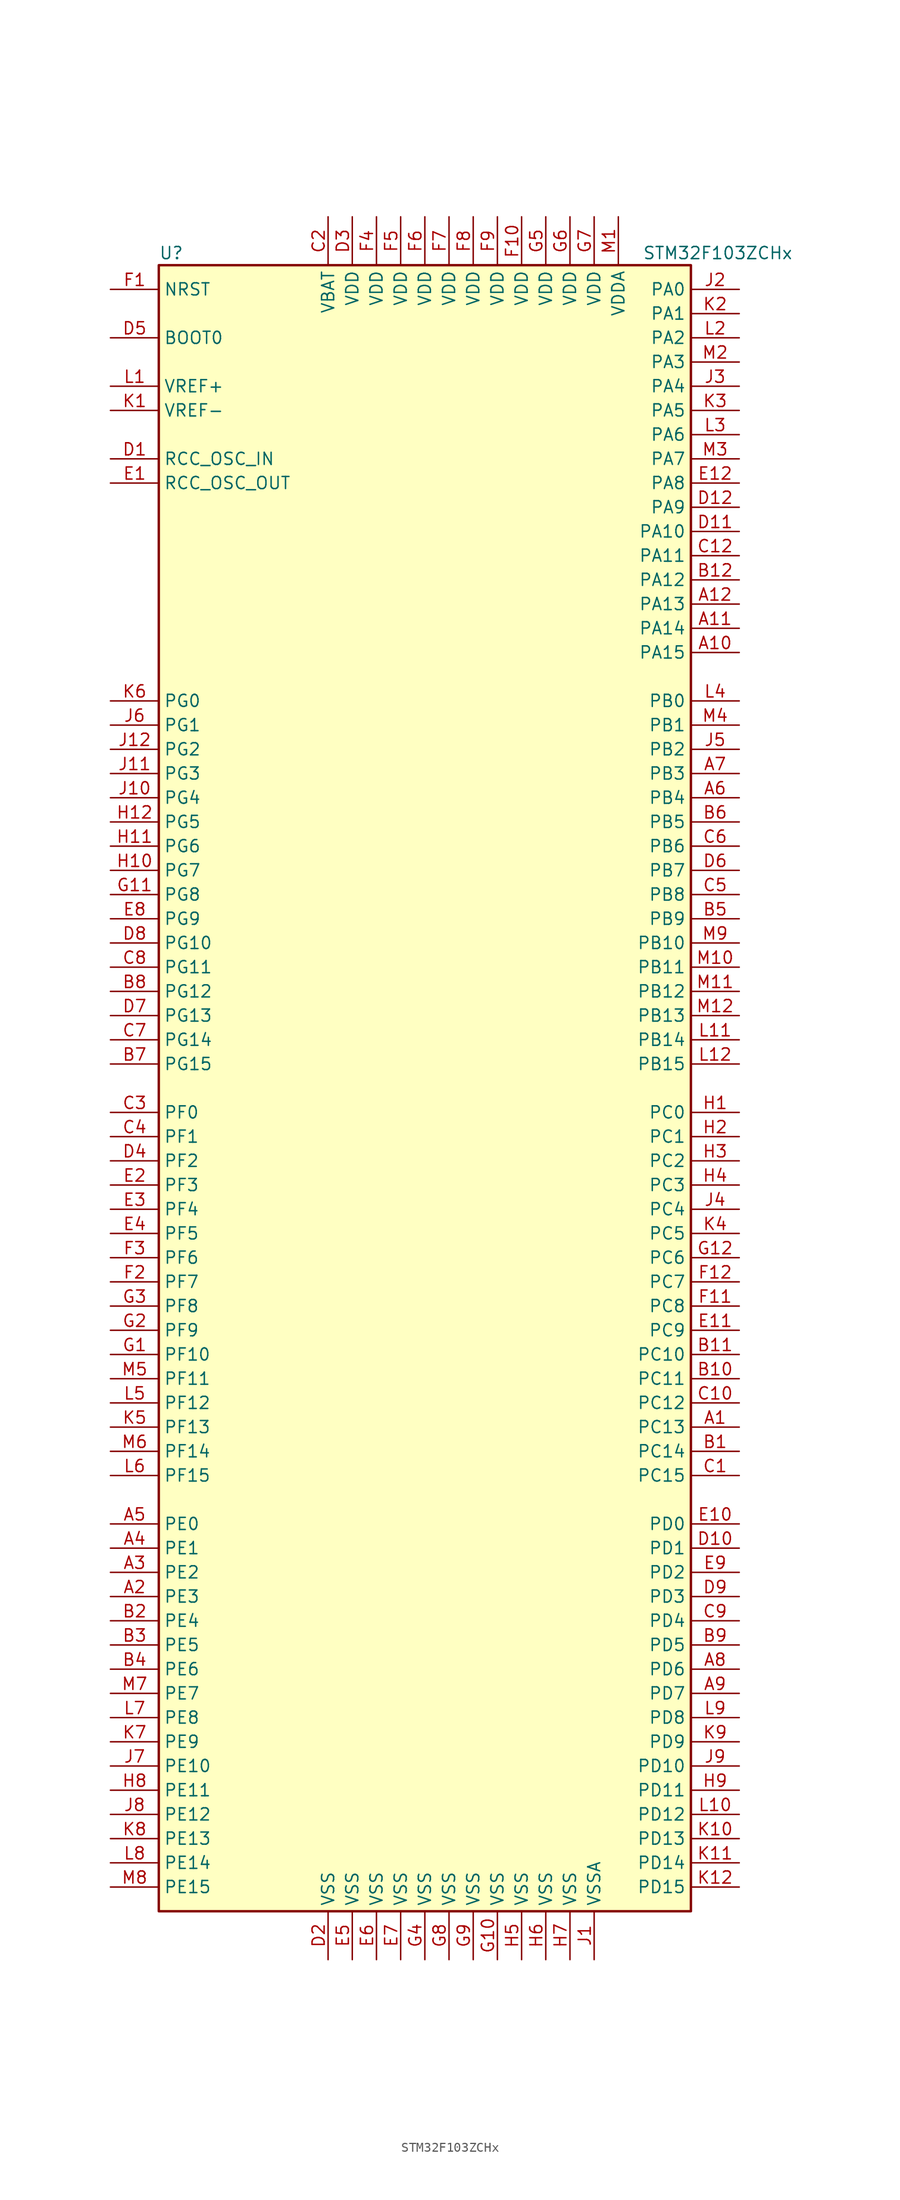
<source format=kicad_sym>
(kicad_symbol_lib
  (version 20200908)
  (generator kicad_symbol_editor)
  (symbol "MCU_ST_STM32F1:STM32F103ZCHx"
    (property "Reference" "U"
      (at -27.94 87.63 0)
      (effects (font (size 1.27 1.27)) (justify left)))
    (property "Value" "STM32F103ZCHx"
      (at 22.86 87.63 0)
      (effects (font (size 1.27 1.27)) (justify left)))
    (symbol "STM32F103ZCHx_0_1"
      (rectangle (start -27.94 -86.36) (end 27.94 86.36) (stroke (width 0.254)) (fill (type background))))
    (symbol "STM32F103ZCHx_1_1"
      (pin input line (at -33.02 78.74 0) (length 5.08) (name "BOOT0" (effects (font (size 1.27 1.27)))) (number "D5" (effects (font (size 1.27 1.27)))))
      (pin unconnected line (at -27.94 -83.82 0) (length 5.08) hide (name "NC" (effects (font (size 1.27 1.27)))) (number "C11" (effects (font (size 1.27 1.27)))))
      (pin input line (at -33.02 83.82 0) (length 5.08) (name "NRST" (effects (font (size 1.27 1.27)))) (number "F1" (effects (font (size 1.27 1.27)))))
      (pin bidirectional line (at 33.02 83.82 180) (length 5.08) (name "PA0" (effects (font (size 1.27 1.27)))) (number "J2" (effects (font (size 1.27 1.27)))))
      (pin bidirectional line (at 33.02 81.28 180) (length 5.08) (name "PA1" (effects (font (size 1.27 1.27)))) (number "K2" (effects (font (size 1.27 1.27)))))
      (pin bidirectional line (at 33.02 58.42 180) (length 5.08) (name "PA10" (effects (font (size 1.27 1.27)))) (number "D11" (effects (font (size 1.27 1.27)))))
      (pin bidirectional line (at 33.02 55.88 180) (length 5.08) (name "PA11" (effects (font (size 1.27 1.27)))) (number "C12" (effects (font (size 1.27 1.27)))))
      (pin bidirectional line (at 33.02 53.34 180) (length 5.08) (name "PA12" (effects (font (size 1.27 1.27)))) (number "B12" (effects (font (size 1.27 1.27)))))
      (pin bidirectional line (at 33.02 50.8 180) (length 5.08) (name "PA13" (effects (font (size 1.27 1.27)))) (number "A12" (effects (font (size 1.27 1.27)))))
      (pin bidirectional line (at 33.02 48.26 180) (length 5.08) (name "PA14" (effects (font (size 1.27 1.27)))) (number "A11" (effects (font (size 1.27 1.27)))))
      (pin bidirectional line (at 33.02 45.72 180) (length 5.08) (name "PA15" (effects (font (size 1.27 1.27)))) (number "A10" (effects (font (size 1.27 1.27)))))
      (pin bidirectional line (at 33.02 78.74 180) (length 5.08) (name "PA2" (effects (font (size 1.27 1.27)))) (number "L2" (effects (font (size 1.27 1.27)))))
      (pin bidirectional line (at 33.02 76.2 180) (length 5.08) (name "PA3" (effects (font (size 1.27 1.27)))) (number "M2" (effects (font (size 1.27 1.27)))))
      (pin bidirectional line (at 33.02 73.66 180) (length 5.08) (name "PA4" (effects (font (size 1.27 1.27)))) (number "J3" (effects (font (size 1.27 1.27)))))
      (pin bidirectional line (at 33.02 71.12 180) (length 5.08) (name "PA5" (effects (font (size 1.27 1.27)))) (number "K3" (effects (font (size 1.27 1.27)))))
      (pin bidirectional line (at 33.02 68.58 180) (length 5.08) (name "PA6" (effects (font (size 1.27 1.27)))) (number "L3" (effects (font (size 1.27 1.27)))))
      (pin bidirectional line (at 33.02 66.04 180) (length 5.08) (name "PA7" (effects (font (size 1.27 1.27)))) (number "M3" (effects (font (size 1.27 1.27)))))
      (pin bidirectional line (at 33.02 63.5 180) (length 5.08) (name "PA8" (effects (font (size 1.27 1.27)))) (number "E12" (effects (font (size 1.27 1.27)))))
      (pin bidirectional line (at 33.02 60.96 180) (length 5.08) (name "PA9" (effects (font (size 1.27 1.27)))) (number "D12" (effects (font (size 1.27 1.27)))))
      (pin bidirectional line (at 33.02 40.64 180) (length 5.08) (name "PB0" (effects (font (size 1.27 1.27)))) (number "L4" (effects (font (size 1.27 1.27)))))
      (pin bidirectional line (at 33.02 38.1 180) (length 5.08) (name "PB1" (effects (font (size 1.27 1.27)))) (number "M4" (effects (font (size 1.27 1.27)))))
      (pin bidirectional line (at 33.02 15.24 180) (length 5.08) (name "PB10" (effects (font (size 1.27 1.27)))) (number "M9" (effects (font (size 1.27 1.27)))))
      (pin bidirectional line (at 33.02 12.7 180) (length 5.08) (name "PB11" (effects (font (size 1.27 1.27)))) (number "M10" (effects (font (size 1.27 1.27)))))
      (pin bidirectional line (at 33.02 10.16 180) (length 5.08) (name "PB12" (effects (font (size 1.27 1.27)))) (number "M11" (effects (font (size 1.27 1.27)))))
      (pin bidirectional line (at 33.02 7.62 180) (length 5.08) (name "PB13" (effects (font (size 1.27 1.27)))) (number "M12" (effects (font (size 1.27 1.27)))))
      (pin bidirectional line (at 33.02 5.08 180) (length 5.08) (name "PB14" (effects (font (size 1.27 1.27)))) (number "L11" (effects (font (size 1.27 1.27)))))
      (pin bidirectional line (at 33.02 2.54 180) (length 5.08) (name "PB15" (effects (font (size 1.27 1.27)))) (number "L12" (effects (font (size 1.27 1.27)))))
      (pin bidirectional line (at 33.02 35.56 180) (length 5.08) (name "PB2" (effects (font (size 1.27 1.27)))) (number "J5" (effects (font (size 1.27 1.27)))))
      (pin bidirectional line (at 33.02 33.02 180) (length 5.08) (name "PB3" (effects (font (size 1.27 1.27)))) (number "A7" (effects (font (size 1.27 1.27)))))
      (pin bidirectional line (at 33.02 30.48 180) (length 5.08) (name "PB4" (effects (font (size 1.27 1.27)))) (number "A6" (effects (font (size 1.27 1.27)))))
      (pin bidirectional line (at 33.02 27.94 180) (length 5.08) (name "PB5" (effects (font (size 1.27 1.27)))) (number "B6" (effects (font (size 1.27 1.27)))))
      (pin bidirectional line (at 33.02 25.4 180) (length 5.08) (name "PB6" (effects (font (size 1.27 1.27)))) (number "C6" (effects (font (size 1.27 1.27)))))
      (pin bidirectional line (at 33.02 22.86 180) (length 5.08) (name "PB7" (effects (font (size 1.27 1.27)))) (number "D6" (effects (font (size 1.27 1.27)))))
      (pin bidirectional line (at 33.02 20.32 180) (length 5.08) (name "PB8" (effects (font (size 1.27 1.27)))) (number "C5" (effects (font (size 1.27 1.27)))))
      (pin bidirectional line (at 33.02 17.78 180) (length 5.08) (name "PB9" (effects (font (size 1.27 1.27)))) (number "B5" (effects (font (size 1.27 1.27)))))
      (pin bidirectional line (at 33.02 -2.54 180) (length 5.08) (name "PC0" (effects (font (size 1.27 1.27)))) (number "H1" (effects (font (size 1.27 1.27)))))
      (pin bidirectional line (at 33.02 -5.08 180) (length 5.08) (name "PC1" (effects (font (size 1.27 1.27)))) (number "H2" (effects (font (size 1.27 1.27)))))
      (pin bidirectional line (at 33.02 -27.94 180) (length 5.08) (name "PC10" (effects (font (size 1.27 1.27)))) (number "B11" (effects (font (size 1.27 1.27)))))
      (pin bidirectional line (at 33.02 -30.48 180) (length 5.08) (name "PC11" (effects (font (size 1.27 1.27)))) (number "B10" (effects (font (size 1.27 1.27)))))
      (pin bidirectional line (at 33.02 -33.02 180) (length 5.08) (name "PC12" (effects (font (size 1.27 1.27)))) (number "C10" (effects (font (size 1.27 1.27)))))
      (pin bidirectional line (at 33.02 -35.56 180) (length 5.08) (name "PC13" (effects (font (size 1.27 1.27)))) (number "A1" (effects (font (size 1.27 1.27)))))
      (pin bidirectional line (at 33.02 -38.1 180) (length 5.08) (name "PC14" (effects (font (size 1.27 1.27)))) (number "B1" (effects (font (size 1.27 1.27)))))
      (pin bidirectional line (at 33.02 -40.64 180) (length 5.08) (name "PC15" (effects (font (size 1.27 1.27)))) (number "C1" (effects (font (size 1.27 1.27)))))
      (pin bidirectional line (at 33.02 -7.62 180) (length 5.08) (name "PC2" (effects (font (size 1.27 1.27)))) (number "H3" (effects (font (size 1.27 1.27)))))
      (pin bidirectional line (at 33.02 -10.16 180) (length 5.08) (name "PC3" (effects (font (size 1.27 1.27)))) (number "H4" (effects (font (size 1.27 1.27)))))
      (pin bidirectional line (at 33.02 -12.7 180) (length 5.08) (name "PC4" (effects (font (size 1.27 1.27)))) (number "J4" (effects (font (size 1.27 1.27)))))
      (pin bidirectional line (at 33.02 -15.24 180) (length 5.08) (name "PC5" (effects (font (size 1.27 1.27)))) (number "K4" (effects (font (size 1.27 1.27)))))
      (pin bidirectional line (at 33.02 -17.78 180) (length 5.08) (name "PC6" (effects (font (size 1.27 1.27)))) (number "G12" (effects (font (size 1.27 1.27)))))
      (pin bidirectional line (at 33.02 -20.32 180) (length 5.08) (name "PC7" (effects (font (size 1.27 1.27)))) (number "F12" (effects (font (size 1.27 1.27)))))
      (pin bidirectional line (at 33.02 -22.86 180) (length 5.08) (name "PC8" (effects (font (size 1.27 1.27)))) (number "F11" (effects (font (size 1.27 1.27)))))
      (pin bidirectional line (at 33.02 -25.4 180) (length 5.08) (name "PC9" (effects (font (size 1.27 1.27)))) (number "E11" (effects (font (size 1.27 1.27)))))
      (pin bidirectional line (at 33.02 -45.72 180) (length 5.08) (name "PD0" (effects (font (size 1.27 1.27)))) (number "E10" (effects (font (size 1.27 1.27)))))
      (pin bidirectional line (at 33.02 -48.26 180) (length 5.08) (name "PD1" (effects (font (size 1.27 1.27)))) (number "D10" (effects (font (size 1.27 1.27)))))
      (pin bidirectional line (at 33.02 -71.12 180) (length 5.08) (name "PD10" (effects (font (size 1.27 1.27)))) (number "J9" (effects (font (size 1.27 1.27)))))
      (pin bidirectional line (at 33.02 -73.66 180) (length 5.08) (name "PD11" (effects (font (size 1.27 1.27)))) (number "H9" (effects (font (size 1.27 1.27)))))
      (pin bidirectional line (at 33.02 -76.2 180) (length 5.08) (name "PD12" (effects (font (size 1.27 1.27)))) (number "L10" (effects (font (size 1.27 1.27)))))
      (pin bidirectional line (at 33.02 -78.74 180) (length 5.08) (name "PD13" (effects (font (size 1.27 1.27)))) (number "K10" (effects (font (size 1.27 1.27)))))
      (pin bidirectional line (at 33.02 -81.28 180) (length 5.08) (name "PD14" (effects (font (size 1.27 1.27)))) (number "K11" (effects (font (size 1.27 1.27)))))
      (pin bidirectional line (at 33.02 -83.82 180) (length 5.08) (name "PD15" (effects (font (size 1.27 1.27)))) (number "K12" (effects (font (size 1.27 1.27)))))
      (pin bidirectional line (at 33.02 -50.8 180) (length 5.08) (name "PD2" (effects (font (size 1.27 1.27)))) (number "E9" (effects (font (size 1.27 1.27)))))
      (pin bidirectional line (at 33.02 -53.34 180) (length 5.08) (name "PD3" (effects (font (size 1.27 1.27)))) (number "D9" (effects (font (size 1.27 1.27)))))
      (pin bidirectional line (at 33.02 -55.88 180) (length 5.08) (name "PD4" (effects (font (size 1.27 1.27)))) (number "C9" (effects (font (size 1.27 1.27)))))
      (pin bidirectional line (at 33.02 -58.42 180) (length 5.08) (name "PD5" (effects (font (size 1.27 1.27)))) (number "B9" (effects (font (size 1.27 1.27)))))
      (pin bidirectional line (at 33.02 -60.96 180) (length 5.08) (name "PD6" (effects (font (size 1.27 1.27)))) (number "A8" (effects (font (size 1.27 1.27)))))
      (pin bidirectional line (at 33.02 -63.5 180) (length 5.08) (name "PD7" (effects (font (size 1.27 1.27)))) (number "A9" (effects (font (size 1.27 1.27)))))
      (pin bidirectional line (at 33.02 -66.04 180) (length 5.08) (name "PD8" (effects (font (size 1.27 1.27)))) (number "L9" (effects (font (size 1.27 1.27)))))
      (pin bidirectional line (at 33.02 -68.58 180) (length 5.08) (name "PD9" (effects (font (size 1.27 1.27)))) (number "K9" (effects (font (size 1.27 1.27)))))
      (pin bidirectional line (at -33.02 -45.72 0) (length 5.08) (name "PE0" (effects (font (size 1.27 1.27)))) (number "A5" (effects (font (size 1.27 1.27)))))
      (pin bidirectional line (at -33.02 -48.26 0) (length 5.08) (name "PE1" (effects (font (size 1.27 1.27)))) (number "A4" (effects (font (size 1.27 1.27)))))
      (pin bidirectional line (at -33.02 -71.12 0) (length 5.08) (name "PE10" (effects (font (size 1.27 1.27)))) (number "J7" (effects (font (size 1.27 1.27)))))
      (pin bidirectional line (at -33.02 -73.66 0) (length 5.08) (name "PE11" (effects (font (size 1.27 1.27)))) (number "H8" (effects (font (size 1.27 1.27)))))
      (pin bidirectional line (at -33.02 -76.2 0) (length 5.08) (name "PE12" (effects (font (size 1.27 1.27)))) (number "J8" (effects (font (size 1.27 1.27)))))
      (pin bidirectional line (at -33.02 -78.74 0) (length 5.08) (name "PE13" (effects (font (size 1.27 1.27)))) (number "K8" (effects (font (size 1.27 1.27)))))
      (pin bidirectional line (at -33.02 -81.28 0) (length 5.08) (name "PE14" (effects (font (size 1.27 1.27)))) (number "L8" (effects (font (size 1.27 1.27)))))
      (pin bidirectional line (at -33.02 -83.82 0) (length 5.08) (name "PE15" (effects (font (size 1.27 1.27)))) (number "M8" (effects (font (size 1.27 1.27)))))
      (pin bidirectional line (at -33.02 -50.8 0) (length 5.08) (name "PE2" (effects (font (size 1.27 1.27)))) (number "A3" (effects (font (size 1.27 1.27)))))
      (pin bidirectional line (at -33.02 -53.34 0) (length 5.08) (name "PE3" (effects (font (size 1.27 1.27)))) (number "A2" (effects (font (size 1.27 1.27)))))
      (pin bidirectional line (at -33.02 -55.88 0) (length 5.08) (name "PE4" (effects (font (size 1.27 1.27)))) (number "B2" (effects (font (size 1.27 1.27)))))
      (pin bidirectional line (at -33.02 -58.42 0) (length 5.08) (name "PE5" (effects (font (size 1.27 1.27)))) (number "B3" (effects (font (size 1.27 1.27)))))
      (pin bidirectional line (at -33.02 -60.96 0) (length 5.08) (name "PE6" (effects (font (size 1.27 1.27)))) (number "B4" (effects (font (size 1.27 1.27)))))
      (pin bidirectional line (at -33.02 -63.5 0) (length 5.08) (name "PE7" (effects (font (size 1.27 1.27)))) (number "M7" (effects (font (size 1.27 1.27)))))
      (pin bidirectional line (at -33.02 -66.04 0) (length 5.08) (name "PE8" (effects (font (size 1.27 1.27)))) (number "L7" (effects (font (size 1.27 1.27)))))
      (pin bidirectional line (at -33.02 -68.58 0) (length 5.08) (name "PE9" (effects (font (size 1.27 1.27)))) (number "K7" (effects (font (size 1.27 1.27)))))
      (pin bidirectional line (at -33.02 -2.54 0) (length 5.08) (name "PF0" (effects (font (size 1.27 1.27)))) (number "C3" (effects (font (size 1.27 1.27)))))
      (pin bidirectional line (at -33.02 -5.08 0) (length 5.08) (name "PF1" (effects (font (size 1.27 1.27)))) (number "C4" (effects (font (size 1.27 1.27)))))
      (pin bidirectional line (at -33.02 -27.94 0) (length 5.08) (name "PF10" (effects (font (size 1.27 1.27)))) (number "G1" (effects (font (size 1.27 1.27)))))
      (pin bidirectional line (at -33.02 -30.48 0) (length 5.08) (name "PF11" (effects (font (size 1.27 1.27)))) (number "M5" (effects (font (size 1.27 1.27)))))
      (pin bidirectional line (at -33.02 -33.02 0) (length 5.08) (name "PF12" (effects (font (size 1.27 1.27)))) (number "L5" (effects (font (size 1.27 1.27)))))
      (pin bidirectional line (at -33.02 -35.56 0) (length 5.08) (name "PF13" (effects (font (size 1.27 1.27)))) (number "K5" (effects (font (size 1.27 1.27)))))
      (pin bidirectional line (at -33.02 -38.1 0) (length 5.08) (name "PF14" (effects (font (size 1.27 1.27)))) (number "M6" (effects (font (size 1.27 1.27)))))
      (pin bidirectional line (at -33.02 -40.64 0) (length 5.08) (name "PF15" (effects (font (size 1.27 1.27)))) (number "L6" (effects (font (size 1.27 1.27)))))
      (pin bidirectional line (at -33.02 -7.62 0) (length 5.08) (name "PF2" (effects (font (size 1.27 1.27)))) (number "D4" (effects (font (size 1.27 1.27)))))
      (pin bidirectional line (at -33.02 -10.16 0) (length 5.08) (name "PF3" (effects (font (size 1.27 1.27)))) (number "E2" (effects (font (size 1.27 1.27)))))
      (pin bidirectional line (at -33.02 -12.7 0) (length 5.08) (name "PF4" (effects (font (size 1.27 1.27)))) (number "E3" (effects (font (size 1.27 1.27)))))
      (pin bidirectional line (at -33.02 -15.24 0) (length 5.08) (name "PF5" (effects (font (size 1.27 1.27)))) (number "E4" (effects (font (size 1.27 1.27)))))
      (pin bidirectional line (at -33.02 -17.78 0) (length 5.08) (name "PF6" (effects (font (size 1.27 1.27)))) (number "F3" (effects (font (size 1.27 1.27)))))
      (pin bidirectional line (at -33.02 -20.32 0) (length 5.08) (name "PF7" (effects (font (size 1.27 1.27)))) (number "F2" (effects (font (size 1.27 1.27)))))
      (pin bidirectional line (at -33.02 -22.86 0) (length 5.08) (name "PF8" (effects (font (size 1.27 1.27)))) (number "G3" (effects (font (size 1.27 1.27)))))
      (pin bidirectional line (at -33.02 -25.4 0) (length 5.08) (name "PF9" (effects (font (size 1.27 1.27)))) (number "G2" (effects (font (size 1.27 1.27)))))
      (pin bidirectional line (at -33.02 40.64 0) (length 5.08) (name "PG0" (effects (font (size 1.27 1.27)))) (number "K6" (effects (font (size 1.27 1.27)))))
      (pin bidirectional line (at -33.02 38.1 0) (length 5.08) (name "PG1" (effects (font (size 1.27 1.27)))) (number "J6" (effects (font (size 1.27 1.27)))))
      (pin bidirectional line (at -33.02 15.24 0) (length 5.08) (name "PG10" (effects (font (size 1.27 1.27)))) (number "D8" (effects (font (size 1.27 1.27)))))
      (pin bidirectional line (at -33.02 12.7 0) (length 5.08) (name "PG11" (effects (font (size 1.27 1.27)))) (number "C8" (effects (font (size 1.27 1.27)))))
      (pin bidirectional line (at -33.02 10.16 0) (length 5.08) (name "PG12" (effects (font (size 1.27 1.27)))) (number "B8" (effects (font (size 1.27 1.27)))))
      (pin bidirectional line (at -33.02 7.62 0) (length 5.08) (name "PG13" (effects (font (size 1.27 1.27)))) (number "D7" (effects (font (size 1.27 1.27)))))
      (pin bidirectional line (at -33.02 5.08 0) (length 5.08) (name "PG14" (effects (font (size 1.27 1.27)))) (number "C7" (effects (font (size 1.27 1.27)))))
      (pin bidirectional line (at -33.02 2.54 0) (length 5.08) (name "PG15" (effects (font (size 1.27 1.27)))) (number "B7" (effects (font (size 1.27 1.27)))))
      (pin bidirectional line (at -33.02 35.56 0) (length 5.08) (name "PG2" (effects (font (size 1.27 1.27)))) (number "J12" (effects (font (size 1.27 1.27)))))
      (pin bidirectional line (at -33.02 33.02 0) (length 5.08) (name "PG3" (effects (font (size 1.27 1.27)))) (number "J11" (effects (font (size 1.27 1.27)))))
      (pin bidirectional line (at -33.02 30.48 0) (length 5.08) (name "PG4" (effects (font (size 1.27 1.27)))) (number "J10" (effects (font (size 1.27 1.27)))))
      (pin bidirectional line (at -33.02 27.94 0) (length 5.08) (name "PG5" (effects (font (size 1.27 1.27)))) (number "H12" (effects (font (size 1.27 1.27)))))
      (pin bidirectional line (at -33.02 25.4 0) (length 5.08) (name "PG6" (effects (font (size 1.27 1.27)))) (number "H11" (effects (font (size 1.27 1.27)))))
      (pin bidirectional line (at -33.02 22.86 0) (length 5.08) (name "PG7" (effects (font (size 1.27 1.27)))) (number "H10" (effects (font (size 1.27 1.27)))))
      (pin bidirectional line (at -33.02 20.32 0) (length 5.08) (name "PG8" (effects (font (size 1.27 1.27)))) (number "G11" (effects (font (size 1.27 1.27)))))
      (pin bidirectional line (at -33.02 17.78 0) (length 5.08) (name "PG9" (effects (font (size 1.27 1.27)))) (number "E8" (effects (font (size 1.27 1.27)))))
      (pin input line (at -33.02 66.04 0) (length 5.08) (name "RCC_OSC_IN" (effects (font (size 1.27 1.27)))) (number "D1" (effects (font (size 1.27 1.27)))))
      (pin input line (at -33.02 63.5 0) (length 5.08) (name "RCC_OSC_OUT" (effects (font (size 1.27 1.27)))) (number "E1" (effects (font (size 1.27 1.27)))))
      (pin power_in line (at -10.16 91.44 270) (length 5.08) (name "VBAT" (effects (font (size 1.27 1.27)))) (number "C2" (effects (font (size 1.27 1.27)))))
      (pin power_in line (at -7.62 91.44 270) (length 5.08) (name "VDD" (effects (font (size 1.27 1.27)))) (number "D3" (effects (font (size 1.27 1.27)))))
      (pin power_in line (at 10.16 91.44 270) (length 5.08) (name "VDD" (effects (font (size 1.27 1.27)))) (number "F10" (effects (font (size 1.27 1.27)))))
      (pin power_in line (at -5.08 91.44 270) (length 5.08) (name "VDD" (effects (font (size 1.27 1.27)))) (number "F4" (effects (font (size 1.27 1.27)))))
      (pin power_in line (at -2.54 91.44 270) (length 5.08) (name "VDD" (effects (font (size 1.27 1.27)))) (number "F5" (effects (font (size 1.27 1.27)))))
      (pin power_in line (at 0 91.44 270) (length 5.08) (name "VDD" (effects (font (size 1.27 1.27)))) (number "F6" (effects (font (size 1.27 1.27)))))
      (pin power_in line (at 2.54 91.44 270) (length 5.08) (name "VDD" (effects (font (size 1.27 1.27)))) (number "F7" (effects (font (size 1.27 1.27)))))
      (pin power_in line (at 5.08 91.44 270) (length 5.08) (name "VDD" (effects (font (size 1.27 1.27)))) (number "F8" (effects (font (size 1.27 1.27)))))
      (pin power_in line (at 7.62 91.44 270) (length 5.08) (name "VDD" (effects (font (size 1.27 1.27)))) (number "F9" (effects (font (size 1.27 1.27)))))
      (pin power_in line (at 12.7 91.44 270) (length 5.08) (name "VDD" (effects (font (size 1.27 1.27)))) (number "G5" (effects (font (size 1.27 1.27)))))
      (pin power_in line (at 15.24 91.44 270) (length 5.08) (name "VDD" (effects (font (size 1.27 1.27)))) (number "G6" (effects (font (size 1.27 1.27)))))
      (pin power_in line (at 17.78 91.44 270) (length 5.08) (name "VDD" (effects (font (size 1.27 1.27)))) (number "G7" (effects (font (size 1.27 1.27)))))
      (pin power_in line (at 20.32 91.44 270) (length 5.08) (name "VDDA" (effects (font (size 1.27 1.27)))) (number "M1" (effects (font (size 1.27 1.27)))))
      (pin power_in line (at -33.02 73.66 0) (length 5.08) (name "VREF+" (effects (font (size 1.27 1.27)))) (number "L1" (effects (font (size 1.27 1.27)))))
      (pin power_in line (at -33.02 71.12 0) (length 5.08) (name "VREF-" (effects (font (size 1.27 1.27)))) (number "K1" (effects (font (size 1.27 1.27)))))
      (pin power_in line (at -10.16 -91.44 90) (length 5.08) (name "VSS" (effects (font (size 1.27 1.27)))) (number "D2" (effects (font (size 1.27 1.27)))))
      (pin power_in line (at -7.62 -91.44 90) (length 5.08) (name "VSS" (effects (font (size 1.27 1.27)))) (number "E5" (effects (font (size 1.27 1.27)))))
      (pin power_in line (at -5.08 -91.44 90) (length 5.08) (name "VSS" (effects (font (size 1.27 1.27)))) (number "E6" (effects (font (size 1.27 1.27)))))
      (pin power_in line (at -2.54 -91.44 90) (length 5.08) (name "VSS" (effects (font (size 1.27 1.27)))) (number "E7" (effects (font (size 1.27 1.27)))))
      (pin power_in line (at 7.62 -91.44 90) (length 5.08) (name "VSS" (effects (font (size 1.27 1.27)))) (number "G10" (effects (font (size 1.27 1.27)))))
      (pin power_in line (at 0 -91.44 90) (length 5.08) (name "VSS" (effects (font (size 1.27 1.27)))) (number "G4" (effects (font (size 1.27 1.27)))))
      (pin power_in line (at 2.54 -91.44 90) (length 5.08) (name "VSS" (effects (font (size 1.27 1.27)))) (number "G8" (effects (font (size 1.27 1.27)))))
      (pin power_in line (at 5.08 -91.44 90) (length 5.08) (name "VSS" (effects (font (size 1.27 1.27)))) (number "G9" (effects (font (size 1.27 1.27)))))
      (pin power_in line (at 10.16 -91.44 90) (length 5.08) (name "VSS" (effects (font (size 1.27 1.27)))) (number "H5" (effects (font (size 1.27 1.27)))))
      (pin power_in line (at 12.7 -91.44 90) (length 5.08) (name "VSS" (effects (font (size 1.27 1.27)))) (number "H6" (effects (font (size 1.27 1.27)))))
      (pin power_in line (at 15.24 -91.44 90) (length 5.08) (name "VSS" (effects (font (size 1.27 1.27)))) (number "H7" (effects (font (size 1.27 1.27)))))
      (pin power_in line (at 17.78 -91.44 90) (length 5.08) (name "VSSA" (effects (font (size 1.27 1.27)))) (number "J1" (effects (font (size 1.27 1.27))))))))
</source>
